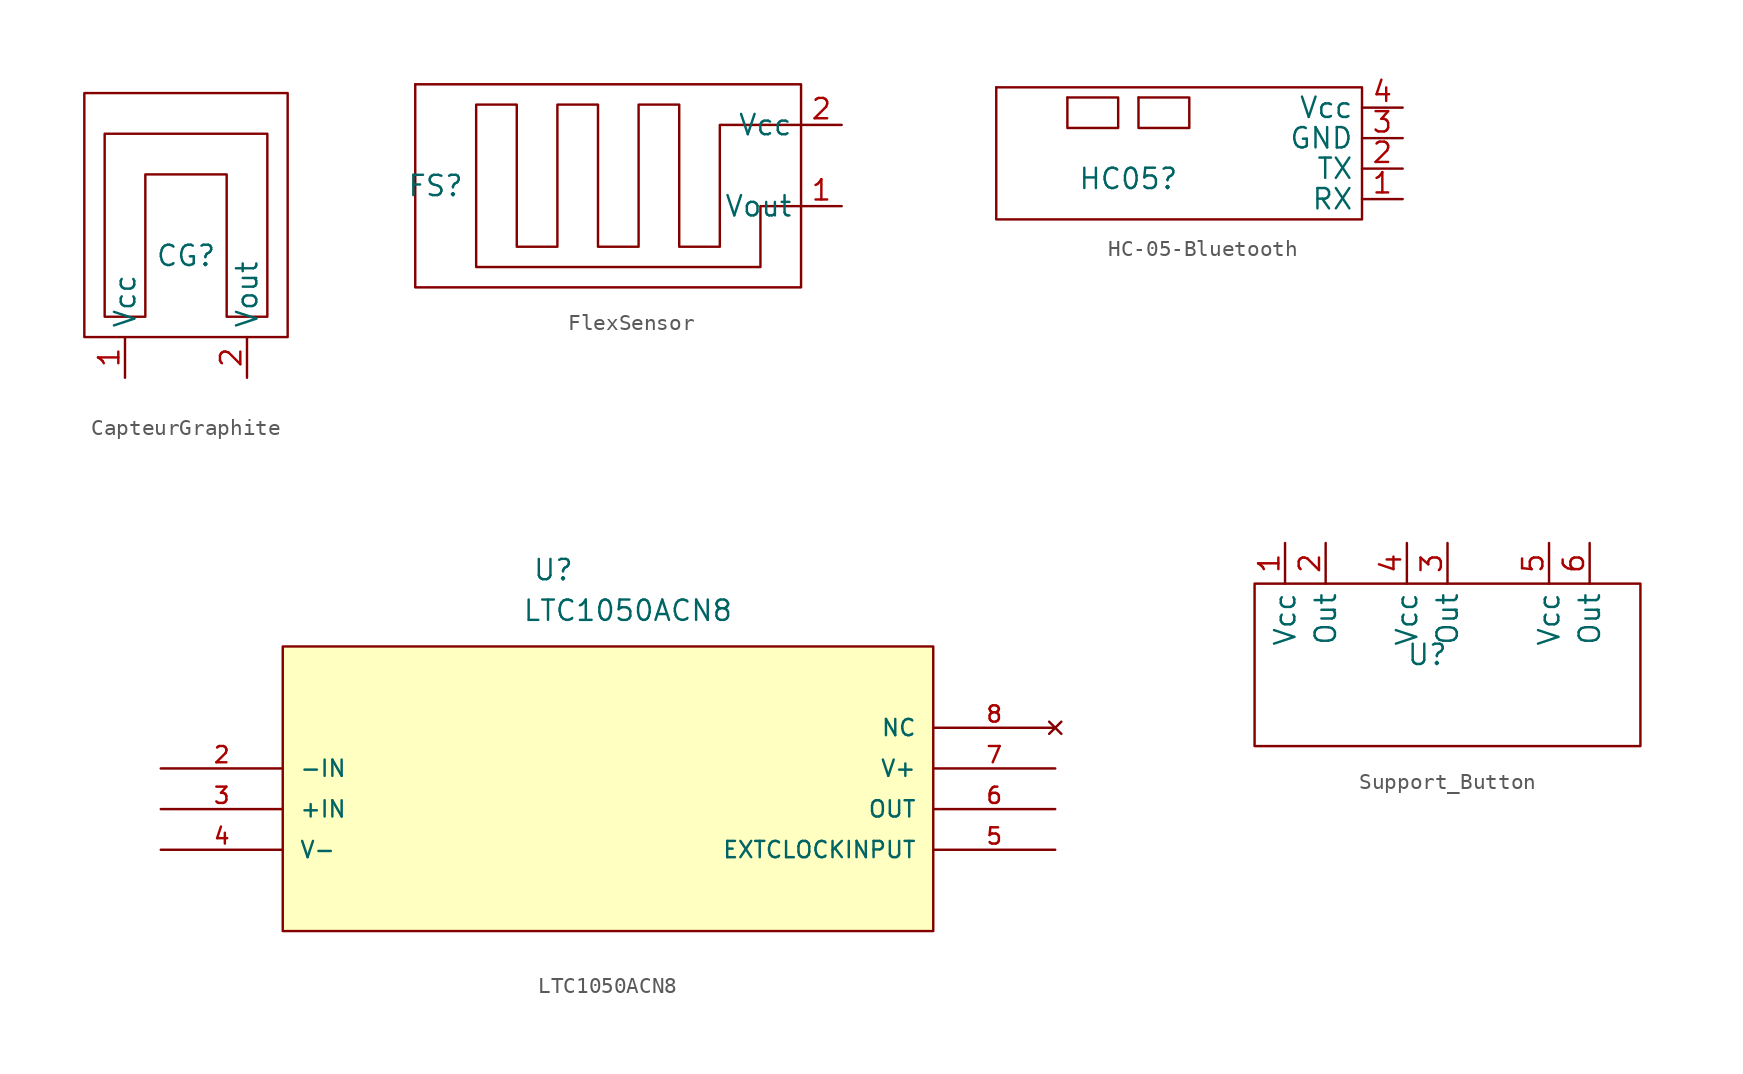
<source format=kicad_sym>
(kicad_symbol_lib
  (version 20220914)
  (generator kicad_symbol_editor)
  (symbol "CapteurGraphite"
    (property "Reference" "CG"
      (at 0 0 0)
      (effects (font (size 1.27 1.27))))
    (property "Value" ""
      (at 0 0 0)
      (effects (font (size 1.27 1.27))))
    (symbol "CapteurGraphite_0_1"
      (rectangle (start -6.35 10.16) (end 6.35 -5.08) (stroke (width 0) (type default)) (fill (type none)))
      (polyline (pts (xy -5.08 7.62) (xy -5.08 -3.81) (xy -2.54 -3.81) (xy -2.54 5.08) (xy 2.54 5.08) (xy 2.54 -3.81) (xy 5.08 -3.81) (xy 5.08 7.62) (xy -5.08 7.62)) (stroke (width 0) (type default)) (fill (type none))))
    (symbol "CapteurGraphite_1_1"
      (pin input line (at -3.81 -7.62 90) (length 2.54) (name "Vcc" (effects (font (size 1.27 1.27)))) (number "1" (effects (font (size 1.27 1.27)))))
      (pin output line (at 3.81 -7.62 90) (length 2.54) (name "Vout" (effects (font (size 1.27 1.27)))) (number "2" (effects (font (size 1.27 1.27)))))))
  (symbol "FlexSensor"
    (property "Reference" "FS"
      (at -12.7 0 0)
      (effects (font (size 1.27 1.27))))
    (property "Value" ""
      (at 0 0 0)
      (effects (font (size 1.27 1.27))))
    (symbol "FlexSensor_0_1"
      (rectangle (start -13.97 6.35) (end -13.97 6.35) (stroke (width 0) (type default)) (fill (type none)))
      (rectangle (start -13.97 6.35) (end 10.16 -6.35) (stroke (width 0) (type default)) (fill (type none)))
      (polyline (pts (xy 10.16 3.81) (xy 5.08 3.81) (xy 5.08 -3.81) (xy 2.54 -3.81) (xy 2.54 5.08) (xy 0 5.08) (xy 0 -3.81) (xy -2.54 -3.81) (xy -2.54 5.08) (xy -5.08 5.08) (xy -5.08 -3.81) (xy -7.62 -3.81) (xy -7.62 5.08) (xy -10.16 5.08) (xy -10.16 -3.81) (xy -10.16 -5.08) (xy 7.62 -5.08) (xy 7.62 -1.27) (xy 10.16 -1.27)) (stroke (width 0) (type default)) (fill (type none))))
    (symbol "FlexSensor_1_1"
      (pin output line (at 12.7 -1.27 180) (length 2.54) (name "Vout" (effects (font (size 1.27 1.27)))) (number "1" (effects (font (size 1.27 1.27)))))
      (pin input line (at 12.7 3.81 180) (length 2.54) (name "Vcc" (effects (font (size 1.27 1.27)))) (number "2" (effects (font (size 1.27 1.27)))))))
  (symbol "HC-05-Bluetooth"
    (property "Reference" "HC05"
      (at -3.81 -2.54 0)
      (effects (font (size 1.27 1.27))))
    (property "Value" ""
      (at 0 0 0)
      (effects (font (size 1.27 1.27))))
    (symbol "HC-05-Bluetooth_0_1"
      (rectangle (start -12.065 3.175) (end -12.065 3.175) (stroke (width 0) (type default)) (fill (type none)))
      (rectangle (start -12.065 3.175) (end 10.795 -5.08) (stroke (width 0) (type default)) (fill (type none)))
      (rectangle (start -7.62 2.54) (end -7.62 2.54) (stroke (width 0) (type default)) (fill (type none)))
      (rectangle (start -7.62 2.54) (end -4.445 0.635) (stroke (width 0) (type default)) (fill (type none)))
      (rectangle (start -3.175 2.54) (end -3.175 2.54) (stroke (width 0) (type default)) (fill (type none)))
      (rectangle (start -3.175 2.54) (end 0 0.635) (stroke (width 0) (type default)) (fill (type none))))
    (symbol "HC-05-Bluetooth_1_1"
      (pin input line (at 13.335 -3.81 180) (length 2.54) (name "RX" (effects (font (size 1.27 1.27)))) (number "1" (effects (font (size 1.27 1.27)))))
      (pin output line (at 13.335 -1.905 180) (length 2.54) (name "TX" (effects (font (size 1.27 1.27)))) (number "2" (effects (font (size 1.27 1.27)))))
      (pin power_in line (at 13.335 0 180) (length 2.54) (name "GND" (effects (font (size 1.27 1.27)))) (number "3" (effects (font (size 1.27 1.27)))))
      (pin power_in line (at 13.335 1.905 180) (length 2.54) (name "Vcc" (effects (font (size 1.27 1.27)))) (number "4" (effects (font (size 1.27 1.27)))))))
  (symbol "LTC1050ACN8"
    (pin_names
      (offset 1.016))
    (property "Reference" "U"
      (at 23.216 9.119 0)
      (effects (font (size 1.27 1.27)) (justify left bottom)))
    (property "Value" "LTC1050ACN8"
      (at 22.581 6.579 0)
      (effects (font (size 1.27 1.27)) (justify left bottom)))
    (symbol "LTC1050ACN8_0_0"
      (rectangle (start 7.62 -12.7) (end 48.26 5.08) (stroke (width 0.152) (type default)) (fill (type background)))
      (pin input line (at 0 -2.54 0) (length 7.62) (name "-IN" (effects (font (size 1.016 1.016)))) (number "2" (effects (font (size 1.016 1.016)))))
      (pin input line (at 0 -5.08 0) (length 7.62) (name "+IN" (effects (font (size 1.016 1.016)))) (number "3" (effects (font (size 1.016 1.016)))))
      (pin power_in line (at 0 -7.62 0) (length 7.62) (name "V-" (effects (font (size 1.016 1.016)))) (number "4" (effects (font (size 1.016 1.016)))))
      (pin input line (at 55.88 -7.62 180) (length 7.62) (name "EXTCLOCKINPUT" (effects (font (size 1.016 1.016)))) (number "5" (effects (font (size 1.016 1.016)))))
      (pin output line (at 55.88 -5.08 180) (length 7.62) (name "OUT" (effects (font (size 1.016 1.016)))) (number "6" (effects (font (size 1.016 1.016)))))
      (pin power_in line (at 55.88 -2.54 180) (length 7.62) (name "V+" (effects (font (size 1.016 1.016)))) (number "7" (effects (font (size 1.016 1.016)))))
      (pin no_connect line (at 55.88 0 180) (length 7.62) (name "NC" (effects (font (size 1.016 1.016)))) (number "8" (effects (font (size 1.016 1.016)))))))
  (symbol "Support_Button"
    (property "Reference" "U"
      (at 0 0 0)
      (effects (font (size 1.27 1.27))))
    (property "Value" ""
      (at 0 0 0)
      (effects (font (size 1.27 1.27))))
    (symbol "Support_Button_0_1"
      (rectangle (start -10.795 4.445) (end 13.335 -5.715) (stroke (width 0) (type default)) (fill (type none))))
    (symbol "Support_Button_1_1"
      (pin power_in line (at -8.89 6.985 270) (length 2.54) (name "Vcc" (effects (font (size 1.27 1.27)))) (number "1" (effects (font (size 1.27 1.27)))))
      (pin input line (at -6.35 6.985 270) (length 2.54) (name "Out" (effects (font (size 1.27 1.27)))) (number "2" (effects (font (size 1.27 1.27)))))
      (pin input line (at 1.27 6.985 270) (length 2.54) (name "Out" (effects (font (size 1.27 1.27)))) (number "3" (effects (font (size 1.27 1.27)))))
      (pin power_in line (at -1.27 6.985 270) (length 2.54) (name "Vcc" (effects (font (size 1.27 1.27)))) (number "4" (effects (font (size 1.27 1.27)))))
      (pin power_in line (at 7.62 6.985 270) (length 2.54) (name "Vcc" (effects (font (size 1.27 1.27)))) (number "5" (effects (font (size 1.27 1.27)))))
      (pin input line (at 10.16 6.985 270) (length 2.54) (name "Out" (effects (font (size 1.27 1.27)))) (number "6" (effects (font (size 1.27 1.27))))))))
</source>
